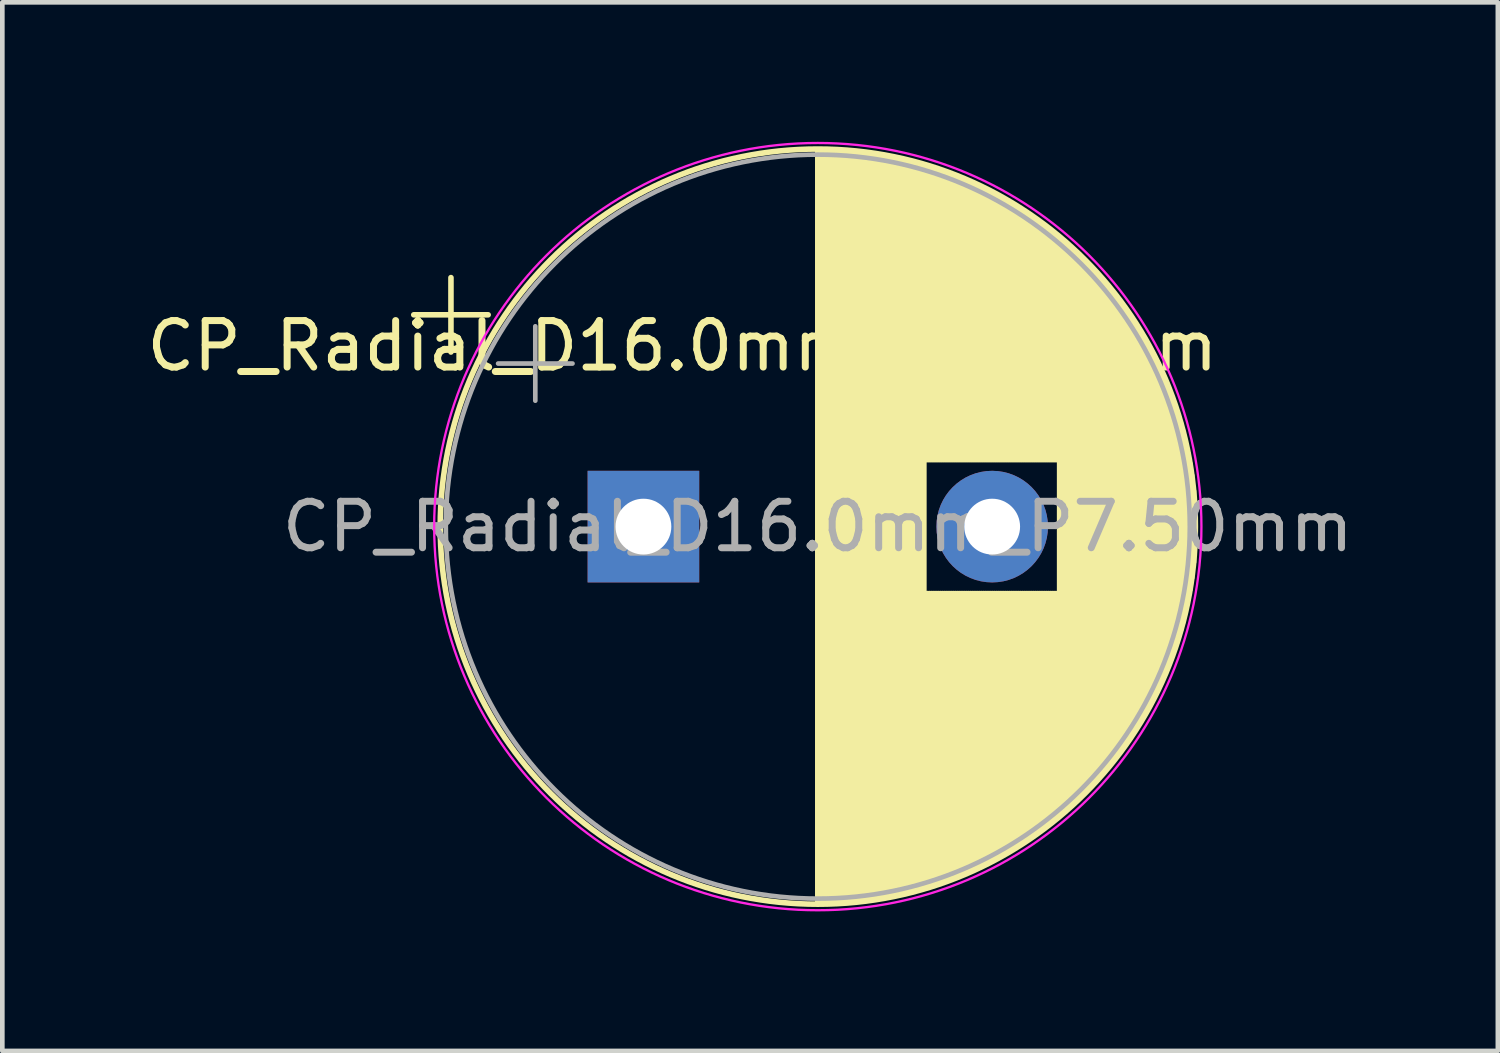
<source format=kicad_pcb>
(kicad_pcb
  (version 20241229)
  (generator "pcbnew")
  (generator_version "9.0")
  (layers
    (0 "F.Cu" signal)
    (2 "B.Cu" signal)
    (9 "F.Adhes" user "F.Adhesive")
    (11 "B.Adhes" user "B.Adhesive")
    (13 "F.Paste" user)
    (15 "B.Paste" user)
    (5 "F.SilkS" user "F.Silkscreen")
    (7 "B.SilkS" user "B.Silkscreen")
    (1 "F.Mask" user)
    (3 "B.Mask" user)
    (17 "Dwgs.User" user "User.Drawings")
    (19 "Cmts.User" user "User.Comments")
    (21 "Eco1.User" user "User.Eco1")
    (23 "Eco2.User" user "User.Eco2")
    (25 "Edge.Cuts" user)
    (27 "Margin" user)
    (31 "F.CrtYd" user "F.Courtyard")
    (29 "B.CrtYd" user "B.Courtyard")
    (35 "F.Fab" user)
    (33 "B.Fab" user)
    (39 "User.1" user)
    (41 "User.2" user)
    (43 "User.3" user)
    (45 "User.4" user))
  (footprint "CP_Radial_D16.0mm_P7.50mm"
    (layer "F.Cu")
    (at 10.787 8.275)
    (property "Reference" "CP_Radial_D16.0mm_P7.50mm" (at 0.838 -3.886 0) (layer "F.SilkS") (effects (font (size 1 1) (thickness 0.15))))
    (attr through_hole)
    (fp_line (start -4.939 -4.555) (end -3.339 -4.555) (stroke (width 0.12) (type solid)) (layer "F.SilkS"))
    (fp_line (start -4.139 -5.355) (end -4.139 -3.755) (stroke (width 0.12) (type solid)) (layer "F.SilkS"))
    (fp_line (start 3.75 -8.081) (end 3.75 8.081) (stroke (width 0.12) (type solid)) (layer "F.SilkS"))
    (fp_line (start 3.79 -8.08) (end 3.79 8.08) (stroke (width 0.12) (type solid)) (layer "F.SilkS"))
    (fp_line (start 3.83 -8.08) (end 3.83 8.08) (stroke (width 0.12) (type solid)) (layer "F.SilkS"))
    (fp_line (start 3.87 -8.08) (end 3.87 8.08) (stroke (width 0.12) (type solid)) (layer "F.SilkS"))
    (fp_line (start 3.91 -8.079) (end 3.91 8.079) (stroke (width 0.12) (type solid)) (layer "F.SilkS"))
    (fp_line (start 3.95 -8.078) (end 3.95 8.078) (stroke (width 0.12) (type solid)) (layer "F.SilkS"))
    (fp_line (start 3.99 -8.077) (end 3.99 8.077) (stroke (width 0.12) (type solid)) (layer "F.SilkS"))
    (fp_line (start 4.03 -8.076) (end 4.03 8.076) (stroke (width 0.12) (type solid)) (layer "F.SilkS"))
    (fp_line (start 4.07 -8.074) (end 4.07 8.074) (stroke (width 0.12) (type solid)) (layer "F.SilkS"))
    (fp_line (start 4.11 -8.073) (end 4.11 8.073) (stroke (width 0.12) (type solid)) (layer "F.SilkS"))
    (fp_line (start 4.15 -8.071) (end 4.15 8.071) (stroke (width 0.12) (type solid)) (layer "F.SilkS"))
    (fp_line (start 4.19 -8.069) (end 4.19 8.069) (stroke (width 0.12) (type solid)) (layer "F.SilkS"))
    (fp_line (start 4.23 -8.066) (end 4.23 8.066) (stroke (width 0.12) (type solid)) (layer "F.SilkS"))
    (fp_line (start 4.27 -8.064) (end 4.27 8.064) (stroke (width 0.12) (type solid)) (layer "F.SilkS"))
    (fp_line (start 4.31 -8.061) (end 4.31 8.061) (stroke (width 0.12) (type solid)) (layer "F.SilkS"))
    (fp_line (start 4.35 -8.058) (end 4.35 8.058) (stroke (width 0.12) (type solid)) (layer "F.SilkS"))
    (fp_line (start 4.39 -8.055) (end 4.39 8.055) (stroke (width 0.12) (type solid)) (layer "F.SilkS"))
    (fp_line (start 4.43 -8.052) (end 4.43 8.052) (stroke (width 0.12) (type solid)) (layer "F.SilkS"))
    (fp_line (start 4.471 -8.049) (end 4.471 8.049) (stroke (width 0.12) (type solid)) (layer "F.SilkS"))
    (fp_line (start 4.511 -8.045) (end 4.511 8.045) (stroke (width 0.12) (type solid)) (layer "F.SilkS"))
    (fp_line (start 4.551 -8.041) (end 4.551 8.041) (stroke (width 0.12) (type solid)) (layer "F.SilkS"))
    (fp_line (start 4.591 -8.037) (end 4.591 8.037) (stroke (width 0.12) (type solid)) (layer "F.SilkS"))
    (fp_line (start 4.631 -8.033) (end 4.631 8.033) (stroke (width 0.12) (type solid)) (layer "F.SilkS"))
    (fp_line (start 4.671 -8.028) (end 4.671 8.028) (stroke (width 0.12) (type solid)) (layer "F.SilkS"))
    (fp_line (start 4.711 -8.024) (end 4.711 8.024) (stroke (width 0.12) (type solid)) (layer "F.SilkS"))
    (fp_line (start 4.751 -8.019) (end 4.751 8.019) (stroke (width 0.12) (type solid)) (layer "F.SilkS"))
    (fp_line (start 4.791 -8.014) (end 4.791 8.014) (stroke (width 0.12) (type solid)) (layer "F.SilkS"))
    (fp_line (start 4.831 -8.008) (end 4.831 8.008) (stroke (width 0.12) (type solid)) (layer "F.SilkS"))
    (fp_line (start 4.871 -8.003) (end 4.871 8.003) (stroke (width 0.12) (type solid)) (layer "F.SilkS"))
    (fp_line (start 4.911 -7.997) (end 4.911 7.997) (stroke (width 0.12) (type solid)) (layer "F.SilkS"))
    (fp_line (start 4.951 -7.991) (end 4.951 7.991) (stroke (width 0.12) (type solid)) (layer "F.SilkS"))
    (fp_line (start 4.991 -7.985) (end 4.991 7.985) (stroke (width 0.12) (type solid)) (layer "F.SilkS"))
    (fp_line (start 5.031 -7.979) (end 5.031 7.979) (stroke (width 0.12) (type solid)) (layer "F.SilkS"))
    (fp_line (start 5.071 -7.972) (end 5.071 7.972) (stroke (width 0.12) (type solid)) (layer "F.SilkS"))
    (fp_line (start 5.111 -7.966) (end 5.111 7.966) (stroke (width 0.12) (type solid)) (layer "F.SilkS"))
    (fp_line (start 5.151 -7.959) (end 5.151 7.959) (stroke (width 0.12) (type solid)) (layer "F.SilkS"))
    (fp_line (start 5.191 -7.952) (end 5.191 7.952) (stroke (width 0.12) (type solid)) (layer "F.SilkS"))
    (fp_line (start 5.231 -7.944) (end 5.231 7.944) (stroke (width 0.12) (type solid)) (layer "F.SilkS"))
    (fp_line (start 5.271 -7.937) (end 5.271 7.937) (stroke (width 0.12) (type solid)) (layer "F.SilkS"))
    (fp_line (start 5.311 -7.929) (end 5.311 7.929) (stroke (width 0.12) (type solid)) (layer "F.SilkS"))
    (fp_line (start 5.351 -7.921) (end 5.351 7.921) (stroke (width 0.12) (type solid)) (layer "F.SilkS"))
    (fp_line (start 5.391 -7.913) (end 5.391 7.913) (stroke (width 0.12) (type solid)) (layer "F.SilkS"))
    (fp_line (start 5.431 -7.905) (end 5.431 7.905) (stroke (width 0.12) (type solid)) (layer "F.SilkS"))
    (fp_line (start 5.471 -7.896) (end 5.471 7.896) (stroke (width 0.12) (type solid)) (layer "F.SilkS"))
    (fp_line (start 5.511 -7.887) (end 5.511 7.887) (stroke (width 0.12) (type solid)) (layer "F.SilkS"))
    (fp_line (start 5.551 -7.878) (end 5.551 7.878) (stroke (width 0.12) (type solid)) (layer "F.SilkS"))
    (fp_line (start 5.591 -7.869) (end 5.591 7.869) (stroke (width 0.12) (type solid)) (layer "F.SilkS"))
    (fp_line (start 5.631 -7.86) (end 5.631 7.86) (stroke (width 0.12) (type solid)) (layer "F.SilkS"))
    (fp_line (start 5.671 -7.85) (end 5.671 7.85) (stroke (width 0.12) (type solid)) (layer "F.SilkS"))
    (fp_line (start 5.711 -7.84) (end 5.711 7.84) (stroke (width 0.12) (type solid)) (layer "F.SilkS"))
    (fp_line (start 5.751 -7.83) (end 5.751 7.83) (stroke (width 0.12) (type solid)) (layer "F.SilkS"))
    (fp_line (start 5.791 -7.82) (end 5.791 7.82) (stroke (width 0.12) (type solid)) (layer "F.SilkS"))
    (fp_line (start 5.831 -7.81) (end 5.831 7.81) (stroke (width 0.12) (type solid)) (layer "F.SilkS"))
    (fp_line (start 5.871 -7.799) (end 5.871 7.799) (stroke (width 0.12) (type solid)) (layer "F.SilkS"))
    (fp_line (start 5.911 -7.788) (end 5.911 7.788) (stroke (width 0.12) (type solid)) (layer "F.SilkS"))
    (fp_line (start 5.951 -7.777) (end 5.951 7.777) (stroke (width 0.12) (type solid)) (layer "F.SilkS"))
    (fp_line (start 5.991 -7.765) (end 5.991 7.765) (stroke (width 0.12) (type solid)) (layer "F.SilkS"))
    (fp_line (start 6.031 -7.754) (end 6.031 7.754) (stroke (width 0.12) (type solid)) (layer "F.SilkS"))
    (fp_line (start 6.071 -7.742) (end 6.071 -1.44) (stroke (width 0.12) (type solid)) (layer "F.SilkS"))
    (fp_line (start 6.071 1.44) (end 6.071 7.742) (stroke (width 0.12) (type solid)) (layer "F.SilkS"))
    (fp_line (start 6.111 -7.73) (end 6.111 -1.44) (stroke (width 0.12) (type solid)) (layer "F.SilkS"))
    (fp_line (start 6.111 1.44) (end 6.111 7.73) (stroke (width 0.12) (type solid)) (layer "F.SilkS"))
    (fp_line (start 6.151 -7.718) (end 6.151 -1.44) (stroke (width 0.12) (type solid)) (layer "F.SilkS"))
    (fp_line (start 6.151 1.44) (end 6.151 7.718) (stroke (width 0.12) (type solid)) (layer "F.SilkS"))
    (fp_line (start 6.191 -7.705) (end 6.191 -1.44) (stroke (width 0.12) (type solid)) (layer "F.SilkS"))
    (fp_line (start 6.191 1.44) (end 6.191 7.705) (stroke (width 0.12) (type solid)) (layer "F.SilkS"))
    (fp_line (start 6.231 -7.693) (end 6.231 -1.44) (stroke (width 0.12) (type solid)) (layer "F.SilkS"))
    (fp_line (start 6.231 1.44) (end 6.231 7.693) (stroke (width 0.12) (type solid)) (layer "F.SilkS"))
    (fp_line (start 6.271 -7.68) (end 6.271 -1.44) (stroke (width 0.12) (type solid)) (layer "F.SilkS"))
    (fp_line (start 6.271 1.44) (end 6.271 7.68) (stroke (width 0.12) (type solid)) (layer "F.SilkS"))
    (fp_line (start 6.311 -7.666) (end 6.311 -1.44) (stroke (width 0.12) (type solid)) (layer "F.SilkS"))
    (fp_line (start 6.311 1.44) (end 6.311 7.666) (stroke (width 0.12) (type solid)) (layer "F.SilkS"))
    (fp_line (start 6.351 -7.653) (end 6.351 -1.44) (stroke (width 0.12) (type solid)) (layer "F.SilkS"))
    (fp_line (start 6.351 1.44) (end 6.351 7.653) (stroke (width 0.12) (type solid)) (layer "F.SilkS"))
    (fp_line (start 6.391 -7.639) (end 6.391 -1.44) (stroke (width 0.12) (type solid)) (layer "F.SilkS"))
    (fp_line (start 6.391 1.44) (end 6.391 7.639) (stroke (width 0.12) (type solid)) (layer "F.SilkS"))
    (fp_line (start 6.431 -7.625) (end 6.431 -1.44) (stroke (width 0.12) (type solid)) (layer "F.SilkS"))
    (fp_line (start 6.431 1.44) (end 6.431 7.625) (stroke (width 0.12) (type solid)) (layer "F.SilkS"))
    (fp_line (start 6.471 -7.611) (end 6.471 -1.44) (stroke (width 0.12) (type solid)) (layer "F.SilkS"))
    (fp_line (start 6.471 1.44) (end 6.471 7.611) (stroke (width 0.12) (type solid)) (layer "F.SilkS"))
    (fp_line (start 6.511 -7.597) (end 6.511 -1.44) (stroke (width 0.12) (type solid)) (layer "F.SilkS"))
    (fp_line (start 6.511 1.44) (end 6.511 7.597) (stroke (width 0.12) (type solid)) (layer "F.SilkS"))
    (fp_line (start 6.551 -7.582) (end 6.551 -1.44) (stroke (width 0.12) (type solid)) (layer "F.SilkS"))
    (fp_line (start 6.551 1.44) (end 6.551 7.582) (stroke (width 0.12) (type solid)) (layer "F.SilkS"))
    (fp_line (start 6.591 -7.568) (end 6.591 -1.44) (stroke (width 0.12) (type solid)) (layer "F.SilkS"))
    (fp_line (start 6.591 1.44) (end 6.591 7.568) (stroke (width 0.12) (type solid)) (layer "F.SilkS"))
    (fp_line (start 6.631 -7.553) (end 6.631 -1.44) (stroke (width 0.12) (type solid)) (layer "F.SilkS"))
    (fp_line (start 6.631 1.44) (end 6.631 7.553) (stroke (width 0.12) (type solid)) (layer "F.SilkS"))
    (fp_line (start 6.671 -7.537) (end 6.671 -1.44) (stroke (width 0.12) (type solid)) (layer "F.SilkS"))
    (fp_line (start 6.671 1.44) (end 6.671 7.537) (stroke (width 0.12) (type solid)) (layer "F.SilkS"))
    (fp_line (start 6.711 -7.522) (end 6.711 -1.44) (stroke (width 0.12) (type solid)) (layer "F.SilkS"))
    (fp_line (start 6.711 1.44) (end 6.711 7.522) (stroke (width 0.12) (type solid)) (layer "F.SilkS"))
    (fp_line (start 6.751 -7.506) (end 6.751 -1.44) (stroke (width 0.12) (type solid)) (layer "F.SilkS"))
    (fp_line (start 6.751 1.44) (end 6.751 7.506) (stroke (width 0.12) (type solid)) (layer "F.SilkS"))
    (fp_line (start 6.791 -7.49) (end 6.791 -1.44) (stroke (width 0.12) (type solid)) (layer "F.SilkS"))
    (fp_line (start 6.791 1.44) (end 6.791 7.49) (stroke (width 0.12) (type solid)) (layer "F.SilkS"))
    (fp_line (start 6.831 -7.474) (end 6.831 -1.44) (stroke (width 0.12) (type solid)) (layer "F.SilkS"))
    (fp_line (start 6.831 1.44) (end 6.831 7.474) (stroke (width 0.12) (type solid)) (layer "F.SilkS"))
    (fp_line (start 6.871 -7.457) (end 6.871 -1.44) (stroke (width 0.12) (type solid)) (layer "F.SilkS"))
    (fp_line (start 6.871 1.44) (end 6.871 7.457) (stroke (width 0.12) (type solid)) (layer "F.SilkS"))
    (fp_line (start 6.911 -7.44) (end 6.911 -1.44) (stroke (width 0.12) (type solid)) (layer "F.SilkS"))
    (fp_line (start 6.911 1.44) (end 6.911 7.44) (stroke (width 0.12) (type solid)) (layer "F.SilkS"))
    (fp_line (start 6.951 -7.423) (end 6.951 -1.44) (stroke (width 0.12) (type solid)) (layer "F.SilkS"))
    (fp_line (start 6.951 1.44) (end 6.951 7.423) (stroke (width 0.12) (type solid)) (layer "F.SilkS"))
    (fp_line (start 6.991 -7.406) (end 6.991 -1.44) (stroke (width 0.12) (type solid)) (layer "F.SilkS"))
    (fp_line (start 6.991 1.44) (end 6.991 7.406) (stroke (width 0.12) (type solid)) (layer "F.SilkS"))
    (fp_line (start 7.031 -7.389) (end 7.031 -1.44) (stroke (width 0.12) (type solid)) (layer "F.SilkS"))
    (fp_line (start 7.031 1.44) (end 7.031 7.389) (stroke (width 0.12) (type solid)) (layer "F.SilkS"))
    (fp_line (start 7.071 -7.371) (end 7.071 -1.44) (stroke (width 0.12) (type solid)) (layer "F.SilkS"))
    (fp_line (start 7.071 1.44) (end 7.071 7.371) (stroke (width 0.12) (type solid)) (layer "F.SilkS"))
    (fp_line (start 7.111 -7.353) (end 7.111 -1.44) (stroke (width 0.12) (type solid)) (layer "F.SilkS"))
    (fp_line (start 7.111 1.44) (end 7.111 7.353) (stroke (width 0.12) (type solid)) (layer "F.SilkS"))
    (fp_line (start 7.151 -7.334) (end 7.151 -1.44) (stroke (width 0.12) (type solid)) (layer "F.SilkS"))
    (fp_line (start 7.151 1.44) (end 7.151 7.334) (stroke (width 0.12) (type solid)) (layer "F.SilkS"))
    (fp_line (start 7.191 -7.316) (end 7.191 -1.44) (stroke (width 0.12) (type solid)) (layer "F.SilkS"))
    (fp_line (start 7.191 1.44) (end 7.191 7.316) (stroke (width 0.12) (type solid)) (layer "F.SilkS"))
    (fp_line (start 7.231 -7.297) (end 7.231 -1.44) (stroke (width 0.12) (type solid)) (layer "F.SilkS"))
    (fp_line (start 7.231 1.44) (end 7.231 7.297) (stroke (width 0.12) (type solid)) (layer "F.SilkS"))
    (fp_line (start 7.271 -7.278) (end 7.271 -1.44) (stroke (width 0.12) (type solid)) (layer "F.SilkS"))
    (fp_line (start 7.271 1.44) (end 7.271 7.278) (stroke (width 0.12) (type solid)) (layer "F.SilkS"))
    (fp_line (start 7.311 -7.258) (end 7.311 -1.44) (stroke (width 0.12) (type solid)) (layer "F.SilkS"))
    (fp_line (start 7.311 1.44) (end 7.311 7.258) (stroke (width 0.12) (type solid)) (layer "F.SilkS"))
    (fp_line (start 7.351 -7.239) (end 7.351 -1.44) (stroke (width 0.12) (type solid)) (layer "F.SilkS"))
    (fp_line (start 7.351 1.44) (end 7.351 7.239) (stroke (width 0.12) (type solid)) (layer "F.SilkS"))
    (fp_line (start 7.391 -7.219) (end 7.391 -1.44) (stroke (width 0.12) (type solid)) (layer "F.SilkS"))
    (fp_line (start 7.391 1.44) (end 7.391 7.219) (stroke (width 0.12) (type solid)) (layer "F.SilkS"))
    (fp_line (start 7.431 -7.199) (end 7.431 -1.44) (stroke (width 0.12) (type solid)) (layer "F.SilkS"))
    (fp_line (start 7.431 1.44) (end 7.431 7.199) (stroke (width 0.12) (type solid)) (layer "F.SilkS"))
    (fp_line (start 7.471 -7.178) (end 7.471 -1.44) (stroke (width 0.12) (type solid)) (layer "F.SilkS"))
    (fp_line (start 7.471 1.44) (end 7.471 7.178) (stroke (width 0.12) (type solid)) (layer "F.SilkS"))
    (fp_line (start 7.511 -7.157) (end 7.511 -1.44) (stroke (width 0.12) (type solid)) (layer "F.SilkS"))
    (fp_line (start 7.511 1.44) (end 7.511 7.157) (stroke (width 0.12) (type solid)) (layer "F.SilkS"))
    (fp_line (start 7.551 -7.136) (end 7.551 -1.44) (stroke (width 0.12) (type solid)) (layer "F.SilkS"))
    (fp_line (start 7.551 1.44) (end 7.551 7.136) (stroke (width 0.12) (type solid)) (layer "F.SilkS"))
    (fp_line (start 7.591 -7.115) (end 7.591 -1.44) (stroke (width 0.12) (type solid)) (layer "F.SilkS"))
    (fp_line (start 7.591 1.44) (end 7.591 7.115) (stroke (width 0.12) (type solid)) (layer "F.SilkS"))
    (fp_line (start 7.631 -7.094) (end 7.631 -1.44) (stroke (width 0.12) (type solid)) (layer "F.SilkS"))
    (fp_line (start 7.631 1.44) (end 7.631 7.094) (stroke (width 0.12) (type solid)) (layer "F.SilkS"))
    (fp_line (start 7.671 -7.072) (end 7.671 -1.44) (stroke (width 0.12) (type solid)) (layer "F.SilkS"))
    (fp_line (start 7.671 1.44) (end 7.671 7.072) (stroke (width 0.12) (type solid)) (layer "F.SilkS"))
    (fp_line (start 7.711 -7.049) (end 7.711 -1.44) (stroke (width 0.12) (type solid)) (layer "F.SilkS"))
    (fp_line (start 7.711 1.44) (end 7.711 7.049) (stroke (width 0.12) (type solid)) (layer "F.SilkS"))
    (fp_line (start 7.751 -7.027) (end 7.751 -1.44) (stroke (width 0.12) (type solid)) (layer "F.SilkS"))
    (fp_line (start 7.751 1.44) (end 7.751 7.027) (stroke (width 0.12) (type solid)) (layer "F.SilkS"))
    (fp_line (start 7.791 -7.004) (end 7.791 -1.44) (stroke (width 0.12) (type solid)) (layer "F.SilkS"))
    (fp_line (start 7.791 1.44) (end 7.791 7.004) (stroke (width 0.12) (type solid)) (layer "F.SilkS"))
    (fp_line (start 7.831 -6.981) (end 7.831 -1.44) (stroke (width 0.12) (type solid)) (layer "F.SilkS"))
    (fp_line (start 7.831 1.44) (end 7.831 6.981) (stroke (width 0.12) (type solid)) (layer "F.SilkS"))
    (fp_line (start 7.871 -6.958) (end 7.871 -1.44) (stroke (width 0.12) (type solid)) (layer "F.SilkS"))
    (fp_line (start 7.871 1.44) (end 7.871 6.958) (stroke (width 0.12) (type solid)) (layer "F.SilkS"))
    (fp_line (start 7.911 -6.934) (end 7.911 -1.44) (stroke (width 0.12) (type solid)) (layer "F.SilkS"))
    (fp_line (start 7.911 1.44) (end 7.911 6.934) (stroke (width 0.12) (type solid)) (layer "F.SilkS"))
    (fp_line (start 7.951 -6.91) (end 7.951 -1.44) (stroke (width 0.12) (type solid)) (layer "F.SilkS"))
    (fp_line (start 7.951 1.44) (end 7.951 6.91) (stroke (width 0.12) (type solid)) (layer "F.SilkS"))
    (fp_line (start 7.991 -6.886) (end 7.991 -1.44) (stroke (width 0.12) (type solid)) (layer "F.SilkS"))
    (fp_line (start 7.991 1.44) (end 7.991 6.886) (stroke (width 0.12) (type solid)) (layer "F.SilkS"))
    (fp_line (start 8.031 -6.861) (end 8.031 -1.44) (stroke (width 0.12) (type solid)) (layer "F.SilkS"))
    (fp_line (start 8.031 1.44) (end 8.031 6.861) (stroke (width 0.12) (type solid)) (layer "F.SilkS"))
    (fp_line (start 8.071 -6.836) (end 8.071 -1.44) (stroke (width 0.12) (type solid)) (layer "F.SilkS"))
    (fp_line (start 8.071 1.44) (end 8.071 6.836) (stroke (width 0.12) (type solid)) (layer "F.SilkS"))
    (fp_line (start 8.111 -6.811) (end 8.111 -1.44) (stroke (width 0.12) (type solid)) (layer "F.SilkS"))
    (fp_line (start 8.111 1.44) (end 8.111 6.811) (stroke (width 0.12) (type solid)) (layer "F.SilkS"))
    (fp_line (start 8.151 -6.785) (end 8.151 -1.44) (stroke (width 0.12) (type solid)) (layer "F.SilkS"))
    (fp_line (start 8.151 1.44) (end 8.151 6.785) (stroke (width 0.12) (type solid)) (layer "F.SilkS"))
    (fp_line (start 8.191 -6.759) (end 8.191 -1.44) (stroke (width 0.12) (type solid)) (layer "F.SilkS"))
    (fp_line (start 8.191 1.44) (end 8.191 6.759) (stroke (width 0.12) (type solid)) (layer "F.SilkS"))
    (fp_line (start 8.231 -6.733) (end 8.231 -1.44) (stroke (width 0.12) (type solid)) (layer "F.SilkS"))
    (fp_line (start 8.231 1.44) (end 8.231 6.733) (stroke (width 0.12) (type solid)) (layer "F.SilkS"))
    (fp_line (start 8.271 -6.706) (end 8.271 -1.44) (stroke (width 0.12) (type solid)) (layer "F.SilkS"))
    (fp_line (start 8.271 1.44) (end 8.271 6.706) (stroke (width 0.12) (type solid)) (layer "F.SilkS"))
    (fp_line (start 8.311 -6.679) (end 8.311 -1.44) (stroke (width 0.12) (type solid)) (layer "F.SilkS"))
    (fp_line (start 8.311 1.44) (end 8.311 6.679) (stroke (width 0.12) (type solid)) (layer "F.SilkS"))
    (fp_line (start 8.351 -6.652) (end 8.351 -1.44) (stroke (width 0.12) (type solid)) (layer "F.SilkS"))
    (fp_line (start 8.351 1.44) (end 8.351 6.652) (stroke (width 0.12) (type solid)) (layer "F.SilkS"))
    (fp_line (start 8.391 -6.624) (end 8.391 -1.44) (stroke (width 0.12) (type solid)) (layer "F.SilkS"))
    (fp_line (start 8.391 1.44) (end 8.391 6.624) (stroke (width 0.12) (type solid)) (layer "F.SilkS"))
    (fp_line (start 8.431 -6.596) (end 8.431 -1.44) (stroke (width 0.12) (type solid)) (layer "F.SilkS"))
    (fp_line (start 8.431 1.44) (end 8.431 6.596) (stroke (width 0.12) (type solid)) (layer "F.SilkS"))
    (fp_line (start 8.471 -6.568) (end 8.471 -1.44) (stroke (width 0.12) (type solid)) (layer "F.SilkS"))
    (fp_line (start 8.471 1.44) (end 8.471 6.568) (stroke (width 0.12) (type solid)) (layer "F.SilkS"))
    (fp_line (start 8.511 -6.539) (end 8.511 -1.44) (stroke (width 0.12) (type solid)) (layer "F.SilkS"))
    (fp_line (start 8.511 1.44) (end 8.511 6.539) (stroke (width 0.12) (type solid)) (layer "F.SilkS"))
    (fp_line (start 8.551 -6.51) (end 8.551 -1.44) (stroke (width 0.12) (type solid)) (layer "F.SilkS"))
    (fp_line (start 8.551 1.44) (end 8.551 6.51) (stroke (width 0.12) (type solid)) (layer "F.SilkS"))
    (fp_line (start 8.591 -6.48) (end 8.591 -1.44) (stroke (width 0.12) (type solid)) (layer "F.SilkS"))
    (fp_line (start 8.591 1.44) (end 8.591 6.48) (stroke (width 0.12) (type solid)) (layer "F.SilkS"))
    (fp_line (start 8.631 -6.45) (end 8.631 -1.44) (stroke (width 0.12) (type solid)) (layer "F.SilkS"))
    (fp_line (start 8.631 1.44) (end 8.631 6.45) (stroke (width 0.12) (type solid)) (layer "F.SilkS"))
    (fp_line (start 8.671 -6.42) (end 8.671 -1.44) (stroke (width 0.12) (type solid)) (layer "F.SilkS"))
    (fp_line (start 8.671 1.44) (end 8.671 6.42) (stroke (width 0.12) (type solid)) (layer "F.SilkS"))
    (fp_line (start 8.711 -6.39) (end 8.711 -1.44) (stroke (width 0.12) (type solid)) (layer "F.SilkS"))
    (fp_line (start 8.711 1.44) (end 8.711 6.39) (stroke (width 0.12) (type solid)) (layer "F.SilkS"))
    (fp_line (start 8.751 -6.358) (end 8.751 -1.44) (stroke (width 0.12) (type solid)) (layer "F.SilkS"))
    (fp_line (start 8.751 1.44) (end 8.751 6.358) (stroke (width 0.12) (type solid)) (layer "F.SilkS"))
    (fp_line (start 8.791 -6.327) (end 8.791 -1.44) (stroke (width 0.12) (type solid)) (layer "F.SilkS"))
    (fp_line (start 8.791 1.44) (end 8.791 6.327) (stroke (width 0.12) (type solid)) (layer "F.SilkS"))
    (fp_line (start 8.831 -6.295) (end 8.831 -1.44) (stroke (width 0.12) (type solid)) (layer "F.SilkS"))
    (fp_line (start 8.831 1.44) (end 8.831 6.295) (stroke (width 0.12) (type solid)) (layer "F.SilkS"))
    (fp_line (start 8.871 -6.263) (end 8.871 -1.44) (stroke (width 0.12) (type solid)) (layer "F.SilkS"))
    (fp_line (start 8.871 1.44) (end 8.871 6.263) (stroke (width 0.12) (type solid)) (layer "F.SilkS"))
    (fp_line (start 8.911 -6.23) (end 8.911 -1.44) (stroke (width 0.12) (type solid)) (layer "F.SilkS"))
    (fp_line (start 8.911 1.44) (end 8.911 6.23) (stroke (width 0.12) (type solid)) (layer "F.SilkS"))
    (fp_line (start 8.951 -6.197) (end 8.951 6.197) (stroke (width 0.12) (type solid)) (layer "F.SilkS"))
    (fp_line (start 8.991 -6.163) (end 8.991 6.163) (stroke (width 0.12) (type solid)) (layer "F.SilkS"))
    (fp_line (start 9.031 -6.129) (end 9.031 6.129) (stroke (width 0.12) (type solid)) (layer "F.SilkS"))
    (fp_line (start 9.071 -6.095) (end 9.071 6.095) (stroke (width 0.12) (type solid)) (layer "F.SilkS"))
    (fp_line (start 9.111 -6.06) (end 9.111 6.06) (stroke (width 0.12) (type solid)) (layer "F.SilkS"))
    (fp_line (start 9.151 -6.025) (end 9.151 6.025) (stroke (width 0.12) (type solid)) (layer "F.SilkS"))
    (fp_line (start 9.191 -5.989) (end 9.191 5.989) (stroke (width 0.12) (type solid)) (layer "F.SilkS"))
    (fp_line (start 9.231 -5.952) (end 9.231 5.952) (stroke (width 0.12) (type solid)) (layer "F.SilkS"))
    (fp_line (start 9.271 -5.916) (end 9.271 5.916) (stroke (width 0.12) (type solid)) (layer "F.SilkS"))
    (fp_line (start 9.311 -5.878) (end 9.311 5.878) (stroke (width 0.12) (type solid)) (layer "F.SilkS"))
    (fp_line (start 9.351 -5.84) (end 9.351 5.84) (stroke (width 0.12) (type solid)) (layer "F.SilkS"))
    (fp_line (start 9.391 -5.802) (end 9.391 5.802) (stroke (width 0.12) (type solid)) (layer "F.SilkS"))
    (fp_line (start 9.431 -5.763) (end 9.431 5.763) (stroke (width 0.12) (type solid)) (layer "F.SilkS"))
    (fp_line (start 9.471 -5.724) (end 9.471 5.724) (stroke (width 0.12) (type solid)) (layer "F.SilkS"))
    (fp_line (start 9.511 -5.684) (end 9.511 5.684) (stroke (width 0.12) (type solid)) (layer "F.SilkS"))
    (fp_line (start 9.551 -5.643) (end 9.551 5.643) (stroke (width 0.12) (type solid)) (layer "F.SilkS"))
    (fp_line (start 9.591 -5.602) (end 9.591 5.602) (stroke (width 0.12) (type solid)) (layer "F.SilkS"))
    (fp_line (start 9.631 -5.56) (end 9.631 5.56) (stroke (width 0.12) (type solid)) (layer "F.SilkS"))
    (fp_line (start 9.671 -5.518) (end 9.671 5.518) (stroke (width 0.12) (type solid)) (layer "F.SilkS"))
    (fp_line (start 9.711 -5.475) (end 9.711 5.475) (stroke (width 0.12) (type solid)) (layer "F.SilkS"))
    (fp_line (start 9.751 -5.432) (end 9.751 5.432) (stroke (width 0.12) (type solid)) (layer "F.SilkS"))
    (fp_line (start 9.791 -5.388) (end 9.791 5.388) (stroke (width 0.12) (type solid)) (layer "F.SilkS"))
    (fp_line (start 9.831 -5.343) (end 9.831 5.343) (stroke (width 0.12) (type solid)) (layer "F.SilkS"))
    (fp_line (start 9.871 -5.297) (end 9.871 5.297) (stroke (width 0.12) (type solid)) (layer "F.SilkS"))
    (fp_line (start 9.911 -5.251) (end 9.911 5.251) (stroke (width 0.12) (type solid)) (layer "F.SilkS"))
    (fp_line (start 9.951 -5.204) (end 9.951 5.204) (stroke (width 0.12) (type solid)) (layer "F.SilkS"))
    (fp_line (start 9.991 -5.156) (end 9.991 5.156) (stroke (width 0.12) (type solid)) (layer "F.SilkS"))
    (fp_line (start 10.031 -5.108) (end 10.031 5.108) (stroke (width 0.12) (type solid)) (layer "F.SilkS"))
    (fp_line (start 10.071 -5.059) (end 10.071 5.059) (stroke (width 0.12) (type solid)) (layer "F.SilkS"))
    (fp_line (start 10.111 -5.009) (end 10.111 5.009) (stroke (width 0.12) (type solid)) (layer "F.SilkS"))
    (fp_line (start 10.151 -4.958) (end 10.151 4.958) (stroke (width 0.12) (type solid)) (layer "F.SilkS"))
    (fp_line (start 10.191 -4.906) (end 10.191 4.906) (stroke (width 0.12) (type solid)) (layer "F.SilkS"))
    (fp_line (start 10.231 -4.854) (end 10.231 4.854) (stroke (width 0.12) (type solid)) (layer "F.SilkS"))
    (fp_line (start 10.271 -4.8) (end 10.271 4.8) (stroke (width 0.12) (type solid)) (layer "F.SilkS"))
    (fp_line (start 10.311 -4.746) (end 10.311 4.746) (stroke (width 0.12) (type solid)) (layer "F.SilkS"))
    (fp_line (start 10.351 -4.691) (end 10.351 4.691) (stroke (width 0.12) (type solid)) (layer "F.SilkS"))
    (fp_line (start 10.391 -4.634) (end 10.391 4.634) (stroke (width 0.12) (type solid)) (layer "F.SilkS"))
    (fp_line (start 10.431 -4.577) (end 10.431 4.577) (stroke (width 0.12) (type solid)) (layer "F.SilkS"))
    (fp_line (start 10.471 -4.519) (end 10.471 4.519) (stroke (width 0.12) (type solid)) (layer "F.SilkS"))
    (fp_line (start 10.511 -4.459) (end 10.511 4.459) (stroke (width 0.12) (type solid)) (layer "F.SilkS"))
    (fp_line (start 10.551 -4.398) (end 10.551 4.398) (stroke (width 0.12) (type solid)) (layer "F.SilkS"))
    (fp_line (start 10.591 -4.336) (end 10.591 4.336) (stroke (width 0.12) (type solid)) (layer "F.SilkS"))
    (fp_line (start 10.631 -4.273) (end 10.631 4.273) (stroke (width 0.12) (type solid)) (layer "F.SilkS"))
    (fp_line (start 10.671 -4.209) (end 10.671 4.209) (stroke (width 0.12) (type solid)) (layer "F.SilkS"))
    (fp_line (start 10.711 -4.143) (end 10.711 4.143) (stroke (width 0.12) (type solid)) (layer "F.SilkS"))
    (fp_line (start 10.751 -4.076) (end 10.751 4.076) (stroke (width 0.12) (type solid)) (layer "F.SilkS"))
    (fp_line (start 10.791 -4.007) (end 10.791 4.007) (stroke (width 0.12) (type solid)) (layer "F.SilkS"))
    (fp_line (start 10.831 -3.936) (end 10.831 3.936) (stroke (width 0.12) (type solid)) (layer "F.SilkS"))
    (fp_line (start 10.871 -3.864) (end 10.871 3.864) (stroke (width 0.12) (type solid)) (layer "F.SilkS"))
    (fp_line (start 10.911 -3.79) (end 10.911 3.79) (stroke (width 0.12) (type solid)) (layer "F.SilkS"))
    (fp_line (start 10.951 -3.715) (end 10.951 3.715) (stroke (width 0.12) (type solid)) (layer "F.SilkS"))
    (fp_line (start 10.991 -3.637) (end 10.991 3.637) (stroke (width 0.12) (type solid)) (layer "F.SilkS"))
    (fp_line (start 11.031 -3.557) (end 11.031 3.557) (stroke (width 0.12) (type solid)) (layer "F.SilkS"))
    (fp_line (start 11.071 -3.475) (end 11.071 3.475) (stroke (width 0.12) (type solid)) (layer "F.SilkS"))
    (fp_line (start 11.111 -3.39) (end 11.111 3.39) (stroke (width 0.12) (type solid)) (layer "F.SilkS"))
    (fp_line (start 11.151 -3.303) (end 11.151 3.303) (stroke (width 0.12) (type solid)) (layer "F.SilkS"))
    (fp_line (start 11.191 -3.213) (end 11.191 3.213) (stroke (width 0.12) (type solid)) (layer "F.SilkS"))
    (fp_line (start 11.231 -3.12) (end 11.231 3.12) (stroke (width 0.12) (type solid)) (layer "F.SilkS"))
    (fp_line (start 11.271 -3.024) (end 11.271 3.024) (stroke (width 0.12) (type solid)) (layer "F.SilkS"))
    (fp_line (start 11.311 -2.924) (end 11.311 2.924) (stroke (width 0.12) (type solid)) (layer "F.SilkS"))
    (fp_line (start 11.351 -2.82) (end 11.351 2.82) (stroke (width 0.12) (type solid)) (layer "F.SilkS"))
    (fp_line (start 11.391 -2.711) (end 11.391 2.711) (stroke (width 0.12) (type solid)) (layer "F.SilkS"))
    (fp_line (start 11.431 -2.597) (end 11.431 2.597) (stroke (width 0.12) (type solid)) (layer "F.SilkS"))
    (fp_line (start 11.471 -2.478) (end 11.471 2.478) (stroke (width 0.12) (type solid)) (layer "F.SilkS"))
    (fp_line (start 11.511 -2.351) (end 11.511 2.351) (stroke (width 0.12) (type solid)) (layer "F.SilkS"))
    (fp_line (start 11.551 -2.218) (end 11.551 2.218) (stroke (width 0.12) (type solid)) (layer "F.SilkS"))
    (fp_line (start 11.591 -2.074) (end 11.591 2.074) (stroke (width 0.12) (type solid)) (layer "F.SilkS"))
    (fp_line (start 11.631 -1.92) (end 11.631 1.92) (stroke (width 0.12) (type solid)) (layer "F.SilkS"))
    (fp_line (start 11.671 -1.752) (end 11.671 1.752) (stroke (width 0.12) (type solid)) (layer "F.SilkS"))
    (fp_line (start 11.711 -1.564) (end 11.711 1.564) (stroke (width 0.12) (type solid)) (layer "F.SilkS"))
    (fp_line (start 11.751 -1.351) (end 11.751 1.351) (stroke (width 0.12) (type solid)) (layer "F.SilkS"))
    (fp_line (start 11.791 -1.098) (end 11.791 1.098) (stroke (width 0.12) (type solid)) (layer "F.SilkS"))
    (fp_line (start 11.831 -0.765) (end 11.831 0.765) (stroke (width 0.12) (type solid)) (layer "F.SilkS"))
    (fp_circle (center 3.75 0) (end 11.87 0) (stroke (width 0.12) (type solid)) (fill no) (layer "F.SilkS"))
    (fp_circle (center 3.75 0) (end 12 0) (stroke (width 0.05) (type solid)) (fill no) (layer "F.CrtYd"))
    (fp_line (start -3.125 -3.507) (end -1.525 -3.507) (stroke (width 0.1) (type solid)) (layer "F.Fab"))
    (fp_line (start -2.325 -4.308) (end -2.325 -2.708) (stroke (width 0.1) (type solid)) (layer "F.Fab"))
    (fp_circle (center 3.75 0) (end 11.75 0) (stroke (width 0.1) (type solid)) (fill no) (layer "F.Fab"))
    (fp_text user "${REFERENCE}" (at 3.75 0 0) (layer "F.Fab") (effects (font (size 1 1) (thickness 0.15))))
    (pad "1" thru_hole rect (at 0 0) (size 2.4 2.4) (drill 1.2) (layers "*.Cu" "*.Mask"))
    (pad "2" thru_hole circle (at 7.5 0) (size 2.4 2.4) (drill 1.2) (layers "*.Cu" "*.Mask")))
  (gr_rect
    (start -3 -3)
    (end 29.162 19.55)
    (stroke (width 0.1) (type default))
    (fill no)
    (layer "Edge.Cuts")))
</source>
